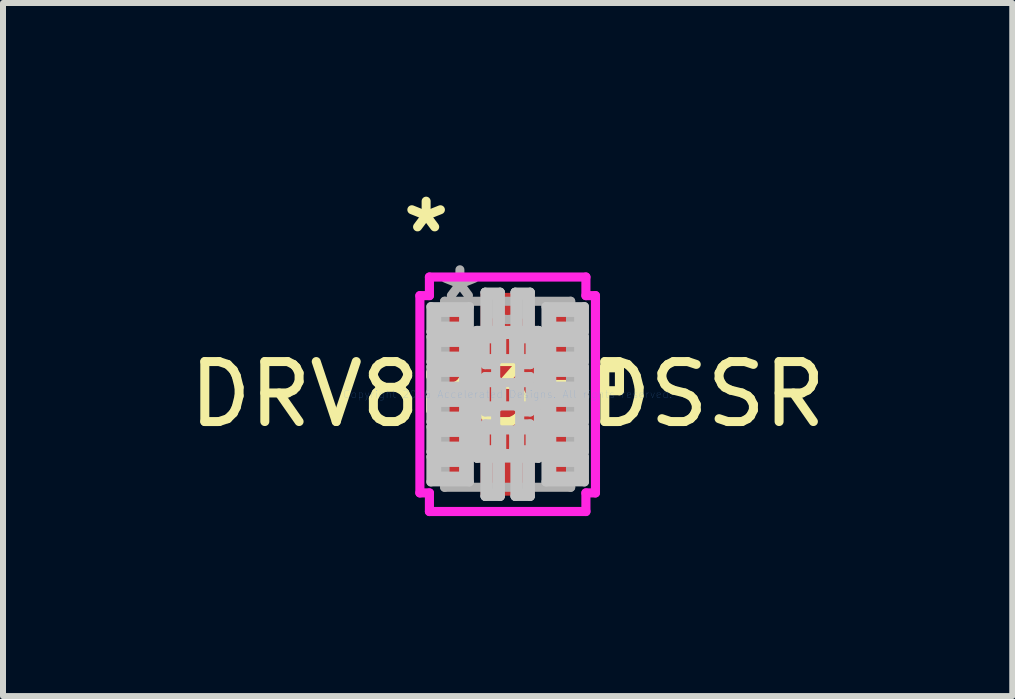
<source format=kicad_pcb>
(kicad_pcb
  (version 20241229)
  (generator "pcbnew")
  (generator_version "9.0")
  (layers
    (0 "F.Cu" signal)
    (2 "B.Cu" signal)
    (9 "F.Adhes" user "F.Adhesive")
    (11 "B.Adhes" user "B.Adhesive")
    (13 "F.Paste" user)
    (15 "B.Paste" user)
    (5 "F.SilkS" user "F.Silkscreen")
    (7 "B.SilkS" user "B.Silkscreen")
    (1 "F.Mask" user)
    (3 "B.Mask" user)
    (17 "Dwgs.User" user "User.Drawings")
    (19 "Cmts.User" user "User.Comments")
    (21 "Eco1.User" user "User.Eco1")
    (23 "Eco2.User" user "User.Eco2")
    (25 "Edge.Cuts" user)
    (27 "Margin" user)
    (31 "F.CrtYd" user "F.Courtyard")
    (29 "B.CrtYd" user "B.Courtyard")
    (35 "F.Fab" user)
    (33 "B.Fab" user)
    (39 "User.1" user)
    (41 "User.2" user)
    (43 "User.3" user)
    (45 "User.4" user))
  (footprint "DRV8835DSSR"
    (layer "F.Cu")
    (at 5.411 3.521)
    (property "Reference" "DRV8835DSSR" (at 0 0 0) (layer "F.SilkS") (effects (font (size 1 1) (thickness 0.15))))
    (attr through_hole)
    (fp_line (start 1.609 -0.441) (end 1.863 -0.441) (stroke (width 0.152) (type solid)) (layer "F.SilkS"))
    (fp_line (start 1.609 -0.059) (end 1.609 -0.441) (stroke (width 0.152) (type solid)) (layer "F.SilkS"))
    (fp_line (start 1.863 -0.441) (end 1.863 -0.059) (stroke (width 0.152) (type solid)) (layer "F.SilkS"))
    (fp_line (start 1.863 -0.059) (end 1.609 -0.059) (stroke (width 0.152) (type solid)) (layer "F.SilkS"))
    (fp_line (start -1.279 -1.46) (end -1.279 -1.04) (stroke (width 0.152) (type solid)) (layer "Dwgs.User"))
    (fp_line (start -1.279 -1.04) (end -0.639 -1.04) (stroke (width 0.152) (type solid)) (layer "Dwgs.User"))
    (fp_line (start -1.279 -0.96) (end -1.279 -0.54) (stroke (width 0.152) (type solid)) (layer "Dwgs.User"))
    (fp_line (start -1.279 -0.54) (end -0.639 -0.54) (stroke (width 0.152) (type solid)) (layer "Dwgs.User"))
    (fp_line (start -1.279 -0.46) (end -1.279 -0.04) (stroke (width 0.152) (type solid)) (layer "Dwgs.User"))
    (fp_line (start -1.279 -0.04) (end -0.639 -0.04) (stroke (width 0.152) (type solid)) (layer "Dwgs.User"))
    (fp_line (start -1.279 0.04) (end -1.279 0.46) (stroke (width 0.152) (type solid)) (layer "Dwgs.User"))
    (fp_line (start -1.279 0.46) (end -0.639 0.46) (stroke (width 0.152) (type solid)) (layer "Dwgs.User"))
    (fp_line (start -1.279 0.54) (end -1.279 0.96) (stroke (width 0.152) (type solid)) (layer "Dwgs.User"))
    (fp_line (start -1.279 0.96) (end -0.639 0.96) (stroke (width 0.152) (type solid)) (layer "Dwgs.User"))
    (fp_line (start -1.279 1.04) (end -1.279 1.46) (stroke (width 0.152) (type solid)) (layer "Dwgs.User"))
    (fp_line (start -1.279 1.46) (end -0.639 1.46) (stroke (width 0.152) (type solid)) (layer "Dwgs.User"))
    (fp_line (start -1.184 -1.365) (end -1.184 -1.135) (stroke (width 0.152) (type solid)) (layer "Dwgs.User"))
    (fp_line (start -1.184 -1.135) (end -0.734 -1.135) (stroke (width 0.152) (type solid)) (layer "Dwgs.User"))
    (fp_line (start -1.184 -0.865) (end -1.184 -0.635) (stroke (width 0.152) (type solid)) (layer "Dwgs.User"))
    (fp_line (start -1.184 -0.635) (end -0.734 -0.635) (stroke (width 0.152) (type solid)) (layer "Dwgs.User"))
    (fp_line (start -1.184 -0.365) (end -1.184 -0.135) (stroke (width 0.152) (type solid)) (layer "Dwgs.User"))
    (fp_line (start -1.184 -0.135) (end -0.734 -0.135) (stroke (width 0.152) (type solid)) (layer "Dwgs.User"))
    (fp_line (start -1.184 0.135) (end -1.184 0.365) (stroke (width 0.152) (type solid)) (layer "Dwgs.User"))
    (fp_line (start -1.184 0.365) (end -0.734 0.365) (stroke (width 0.152) (type solid)) (layer "Dwgs.User"))
    (fp_line (start -1.184 0.635) (end -1.184 0.865) (stroke (width 0.152) (type solid)) (layer "Dwgs.User"))
    (fp_line (start -1.184 0.865) (end -0.734 0.865) (stroke (width 0.152) (type solid)) (layer "Dwgs.User"))
    (fp_line (start -1.184 1.135) (end -1.184 1.365) (stroke (width 0.152) (type solid)) (layer "Dwgs.User"))
    (fp_line (start -1.184 1.365) (end -0.734 1.365) (stroke (width 0.152) (type solid)) (layer "Dwgs.User"))
    (fp_line (start -0.734 -1.365) (end -1.184 -1.365) (stroke (width 0.152) (type solid)) (layer "Dwgs.User"))
    (fp_line (start -0.734 -1.135) (end -0.734 -1.365) (stroke (width 0.152) (type solid)) (layer "Dwgs.User"))
    (fp_line (start -0.734 -0.865) (end -1.184 -0.865) (stroke (width 0.152) (type solid)) (layer "Dwgs.User"))
    (fp_line (start -0.734 -0.635) (end -0.734 -0.865) (stroke (width 0.152) (type solid)) (layer "Dwgs.User"))
    (fp_line (start -0.734 -0.365) (end -1.184 -0.365) (stroke (width 0.152) (type solid)) (layer "Dwgs.User"))
    (fp_line (start -0.734 -0.135) (end -0.734 -0.365) (stroke (width 0.152) (type solid)) (layer "Dwgs.User"))
    (fp_line (start -0.734 0.135) (end -1.184 0.135) (stroke (width 0.152) (type solid)) (layer "Dwgs.User"))
    (fp_line (start -0.734 0.365) (end -0.734 0.135) (stroke (width 0.152) (type solid)) (layer "Dwgs.User"))
    (fp_line (start -0.734 0.635) (end -1.184 0.635) (stroke (width 0.152) (type solid)) (layer "Dwgs.User"))
    (fp_line (start -0.734 0.865) (end -0.734 0.635) (stroke (width 0.152) (type solid)) (layer "Dwgs.User"))
    (fp_line (start -0.734 1.135) (end -1.184 1.135) (stroke (width 0.152) (type solid)) (layer "Dwgs.User"))
    (fp_line (start -0.734 1.365) (end -0.734 1.135) (stroke (width 0.152) (type solid)) (layer "Dwgs.User"))
    (fp_line (start -0.639 -1.46) (end -1.279 -1.46) (stroke (width 0.152) (type solid)) (layer "Dwgs.User"))
    (fp_line (start -0.639 -1.04) (end -0.639 -1.46) (stroke (width 0.152) (type solid)) (layer "Dwgs.User"))
    (fp_line (start -0.639 -0.96) (end -1.279 -0.96) (stroke (width 0.152) (type solid)) (layer "Dwgs.User"))
    (fp_line (start -0.639 -0.54) (end -0.639 -0.96) (stroke (width 0.152) (type solid)) (layer "Dwgs.User"))
    (fp_line (start -0.639 -0.46) (end -1.279 -0.46) (stroke (width 0.152) (type solid)) (layer "Dwgs.User"))
    (fp_line (start -0.639 -0.04) (end -0.639 -0.46) (stroke (width 0.152) (type solid)) (layer "Dwgs.User"))
    (fp_line (start -0.639 0.04) (end -1.279 0.04) (stroke (width 0.152) (type solid)) (layer "Dwgs.User"))
    (fp_line (start -0.639 0.46) (end -0.639 0.04) (stroke (width 0.152) (type solid)) (layer "Dwgs.User"))
    (fp_line (start -0.639 0.54) (end -1.279 0.54) (stroke (width 0.152) (type solid)) (layer "Dwgs.User"))
    (fp_line (start -0.639 0.96) (end -0.639 0.54) (stroke (width 0.152) (type solid)) (layer "Dwgs.User"))
    (fp_line (start -0.639 1.04) (end -1.279 1.04) (stroke (width 0.152) (type solid)) (layer "Dwgs.User"))
    (fp_line (start -0.639 1.46) (end -0.639 1.04) (stroke (width 0.152) (type solid)) (layer "Dwgs.User"))
    (fp_line (start -0.513 -1.063) (end -0.2 -1.063) (stroke (width 0.152) (type solid)) (layer "Dwgs.User"))
    (fp_line (start -0.513 -1.063) (end 0.513 -1.063) (stroke (width 0.152) (type solid)) (layer "Dwgs.User"))
    (fp_line (start -0.513 -0.594) (end -0.513 -1.063) (stroke (width 0.152) (type solid)) (layer "Dwgs.User"))
    (fp_line (start -0.513 -0.194) (end 0.513 -0.194) (stroke (width 0.152) (type solid)) (layer "Dwgs.User"))
    (fp_line (start -0.513 0.194) (end -0.513 -0.194) (stroke (width 0.152) (type solid)) (layer "Dwgs.User"))
    (fp_line (start -0.513 0.594) (end 0.513 0.594) (stroke (width 0.152) (type solid)) (layer "Dwgs.User"))
    (fp_line (start -0.513 1.063) (end -0.513 -1.063) (stroke (width 0.152) (type solid)) (layer "Dwgs.User"))
    (fp_line (start -0.513 1.063) (end -0.513 0.594) (stroke (width 0.152) (type solid)) (layer "Dwgs.User"))
    (fp_line (start -0.375 -0.925) (end -0.375 -0.494) (stroke (width 0.152) (type solid)) (layer "Dwgs.User"))
    (fp_line (start -0.375 -0.494) (end -0.241 -0.494) (stroke (width 0.152) (type solid)) (layer "Dwgs.User"))
    (fp_line (start -0.375 -0.294) (end -0.375 0.294) (stroke (width 0.152) (type solid)) (layer "Dwgs.User"))
    (fp_line (start -0.375 0.294) (end -0.241 0.294) (stroke (width 0.152) (type solid)) (layer "Dwgs.User"))
    (fp_line (start -0.375 0.494) (end -0.375 0.925) (stroke (width 0.152) (type solid)) (layer "Dwgs.User"))
    (fp_line (start -0.375 0.925) (end -0.1 0.925) (stroke (width 0.152) (type solid)) (layer "Dwgs.User"))
    (fp_line (start -0.375 -1.7) (end -0.375 -1) (stroke (width 0.152) (type solid)) (layer "Dwgs.User"))
    (fp_line (start -0.375 -1.7) (end -0.375 -1) (stroke (width 0.152) (type solid)) (layer "Dwgs.User"))
    (fp_line (start -0.375 -1) (end -0.125 -1) (stroke (width 0.152) (type solid)) (layer "Dwgs.User"))
    (fp_line (start -0.375 -1) (end -0.125 -1) (stroke (width 0.152) (type solid)) (layer "Dwgs.User"))
    (fp_line (start -0.375 1) (end -0.125 1) (stroke (width 0.152) (type solid)) (layer "Dwgs.User"))
    (fp_line (start -0.375 1) (end -0.125 1) (stroke (width 0.152) (type solid)) (layer "Dwgs.User"))
    (fp_line (start -0.375 1.7) (end -0.375 1) (stroke (width 0.152) (type solid)) (layer "Dwgs.User"))
    (fp_line (start -0.375 1.7) (end -0.375 1) (stroke (width 0.152) (type solid)) (layer "Dwgs.User"))
    (fp_line (start -0.324 -1.649) (end -0.324 -1.051) (stroke (width 0.152) (type solid)) (layer "Dwgs.User"))
    (fp_line (start -0.324 -1.051) (end -0.176 -1.051) (stroke (width 0.152) (type solid)) (layer "Dwgs.User"))
    (fp_line (start -0.324 1.051) (end -0.176 1.051) (stroke (width 0.152) (type solid)) (layer "Dwgs.User"))
    (fp_line (start -0.324 1.649) (end -0.324 1.051) (stroke (width 0.152) (type solid)) (layer "Dwgs.User"))
    (fp_line (start -0.241 -0.494) (end -0.241 -0.494) (stroke (width 0.152) (type solid)) (layer "Dwgs.User"))
    (fp_line (start -0.241 -0.494) (end -0.1 -0.635) (stroke (width 0.152) (type solid)) (layer "Dwgs.User"))
    (fp_line (start -0.241 -0.294) (end -0.375 -0.294) (stroke (width 0.152) (type solid)) (layer "Dwgs.User"))
    (fp_line (start -0.241 -0.294) (end -0.241 -0.294) (stroke (width 0.152) (type solid)) (layer "Dwgs.User"))
    (fp_line (start -0.241 0.294) (end -0.241 0.294) (stroke (width 0.152) (type solid)) (layer "Dwgs.User"))
    (fp_line (start -0.241 0.294) (end -0.1 0.152) (stroke (width 0.152) (type solid)) (layer "Dwgs.User"))
    (fp_line (start -0.241 0.494) (end -0.375 0.494) (stroke (width 0.152) (type solid)) (layer "Dwgs.User"))
    (fp_line (start -0.241 0.494) (end -0.241 0.494) (stroke (width 0.152) (type solid)) (layer "Dwgs.User"))
    (fp_line (start -0.2 -1.063) (end -0.2 1.063) (stroke (width 0.152) (type solid)) (layer "Dwgs.User"))
    (fp_line (start -0.2 1.063) (end -0.513 1.063) (stroke (width 0.152) (type solid)) (layer "Dwgs.User"))
    (fp_line (start -0.176 -1.649) (end -0.324 -1.649) (stroke (width 0.152) (type solid)) (layer "Dwgs.User"))
    (fp_line (start -0.176 -1.051) (end -0.176 -1.649) (stroke (width 0.152) (type solid)) (layer "Dwgs.User"))
    (fp_line (start -0.176 1.051) (end -0.176 1.649) (stroke (width 0.152) (type solid)) (layer "Dwgs.User"))
    (fp_line (start -0.176 1.649) (end -0.324 1.649) (stroke (width 0.152) (type solid)) (layer "Dwgs.User"))
    (fp_line (start -0.125 -1.7) (end -0.375 -1.7) (stroke (width 0.152) (type solid)) (layer "Dwgs.User"))
    (fp_line (start -0.125 -1.7) (end -0.375 -1.7) (stroke (width 0.152) (type solid)) (layer "Dwgs.User"))
    (fp_line (start -0.125 -1) (end -0.125 -1.7) (stroke (width 0.152) (type solid)) (layer "Dwgs.User"))
    (fp_line (start -0.125 -1) (end -0.125 -1.7) (stroke (width 0.152) (type solid)) (layer "Dwgs.User"))
    (fp_line (start -0.125 1) (end -0.125 1.7) (stroke (width 0.152) (type solid)) (layer "Dwgs.User"))
    (fp_line (start -0.125 1) (end -0.125 1.7) (stroke (width 0.152) (type solid)) (layer "Dwgs.User"))
    (fp_line (start -0.125 1.7) (end -0.375 1.7) (stroke (width 0.152) (type solid)) (layer "Dwgs.User"))
    (fp_line (start -0.125 1.7) (end -0.375 1.7) (stroke (width 0.152) (type solid)) (layer "Dwgs.User"))
    (fp_line (start -0.1 -0.925) (end -0.375 -0.925) (stroke (width 0.152) (type solid)) (layer "Dwgs.User"))
    (fp_line (start -0.1 -0.635) (end -0.1 -0.925) (stroke (width 0.152) (type solid)) (layer "Dwgs.User"))
    (fp_line (start -0.1 -0.635) (end -0.1 -0.635) (stroke (width 0.152) (type solid)) (layer "Dwgs.User"))
    (fp_line (start -0.1 -0.152) (end -0.241 -0.294) (stroke (width 0.152) (type solid)) (layer "Dwgs.User"))
    (fp_line (start -0.1 -0.152) (end -0.1 -0.152) (stroke (width 0.152) (type solid)) (layer "Dwgs.User"))
    (fp_line (start -0.1 0.152) (end -0.1 -0.152) (stroke (width 0.152) (type solid)) (layer "Dwgs.User"))
    (fp_line (start -0.1 0.152) (end -0.1 0.152) (stroke (width 0.152) (type solid)) (layer "Dwgs.User"))
    (fp_line (start -0.1 0.635) (end -0.241 0.494) (stroke (width 0.152) (type solid)) (layer "Dwgs.User"))
    (fp_line (start -0.1 0.635) (end -0.1 0.635) (stroke (width 0.152) (type solid)) (layer "Dwgs.User"))
    (fp_line (start -0.1 0.925) (end -0.1 0.635) (stroke (width 0.152) (type solid)) (layer "Dwgs.User"))
    (fp_line (start 0 -1) (end 0 -1) (stroke (width 0.152) (type solid)) (layer "Dwgs.User"))
    (fp_line (start 0 -1) (end 0 -1) (stroke (width 0.152) (type solid)) (layer "Dwgs.User"))
    (fp_line (start 0 -1) (end 0 -1) (stroke (width 0.152) (type solid)) (layer "Dwgs.User"))
    (fp_line (start 0 -1) (end 0 -1) (stroke (width 0.152) (type solid)) (layer "Dwgs.User"))
    (fp_line (start 0 -1) (end 0 -1) (stroke (width 0.152) (type solid)) (layer "Dwgs.User"))
    (fp_line (start 0 -1) (end 0 -1) (stroke (width 0.152) (type solid)) (layer "Dwgs.User"))
    (fp_line (start 0 -1) (end 0 -1) (stroke (width 0.152) (type solid)) (layer "Dwgs.User"))
    (fp_line (start 0 -1) (end 0 -1) (stroke (width 0.152) (type solid)) (layer "Dwgs.User"))
    (fp_line (start 0 -1) (end 0 -1) (stroke (width 0.152) (type solid)) (layer "Dwgs.User"))
    (fp_line (start 0 -1) (end 0 -1) (stroke (width 0.152) (type solid)) (layer "Dwgs.User"))
    (fp_line (start 0 -1) (end 0 -1) (stroke (width 0.152) (type solid)) (layer "Dwgs.User"))
    (fp_line (start 0 -1) (end 0 -1) (stroke (width 0.152) (type solid)) (layer "Dwgs.User"))
    (fp_line (start 0 -1) (end 0 -1) (stroke (width 0.152) (type solid)) (layer "Dwgs.User"))
    (fp_line (start 0 -1) (end 0 -1) (stroke (width 0.152) (type solid)) (layer "Dwgs.User"))
    (fp_line (start 0 -1) (end 0 -1) (stroke (width 0.152) (type solid)) (layer "Dwgs.User"))
    (fp_line (start 0 -1) (end 0 -1) (stroke (width 0.152) (type solid)) (layer "Dwgs.User"))
    (fp_line (start 0 -1) (end 0 -1) (stroke (width 0.152) (type solid)) (layer "Dwgs.User"))
    (fp_line (start 0 -1) (end 0 -1) (stroke (width 0.152) (type solid)) (layer "Dwgs.User"))
    (fp_line (start 0 -1) (end 0 -1) (stroke (width 0.152) (type solid)) (layer "Dwgs.User"))
    (fp_line (start 0 -1) (end 0 -1) (stroke (width 0.152) (type solid)) (layer "Dwgs.User"))
    (fp_line (start 0 -1) (end 0 -1) (stroke (width 0.152) (type solid)) (layer "Dwgs.User"))
    (fp_line (start 0 -1) (end 0 -1) (stroke (width 0.152) (type solid)) (layer "Dwgs.User"))
    (fp_line (start 0 -1) (end 0 -1) (stroke (width 0.152) (type solid)) (layer "Dwgs.User"))
    (fp_line (start 0 -1) (end 0 -1) (stroke (width 0.152) (type solid)) (layer "Dwgs.User"))
    (fp_line (start 0 1) (end 0 1) (stroke (width 0.152) (type solid)) (layer "Dwgs.User"))
    (fp_line (start 0 1) (end 0 1) (stroke (width 0.152) (type solid)) (layer "Dwgs.User"))
    (fp_line (start 0 1) (end 0 1) (stroke (width 0.152) (type solid)) (layer "Dwgs.User"))
    (fp_line (start 0 1) (end 0 1) (stroke (width 0.152) (type solid)) (layer "Dwgs.User"))
    (fp_line (start 0 1) (end 0 1) (stroke (width 0.152) (type solid)) (layer "Dwgs.User"))
    (fp_line (start 0 1) (end 0 1) (stroke (width 0.152) (type solid)) (layer "Dwgs.User"))
    (fp_line (start 0 1) (end 0 1) (stroke (width 0.152) (type solid)) (layer "Dwgs.User"))
    (fp_line (start 0 1) (end 0 1) (stroke (width 0.152) (type solid)) (layer "Dwgs.User"))
    (fp_line (start 0 1) (end 0 1) (stroke (width 0.152) (type solid)) (layer "Dwgs.User"))
    (fp_line (start 0 1) (end 0 1) (stroke (width 0.152) (type solid)) (layer "Dwgs.User"))
    (fp_line (start 0 1) (end 0 1) (stroke (width 0.152) (type solid)) (layer "Dwgs.User"))
    (fp_line (start 0 1) (end 0 1) (stroke (width 0.152) (type solid)) (layer "Dwgs.User"))
    (fp_line (start 0 1) (end 0 1) (stroke (width 0.152) (type solid)) (layer "Dwgs.User"))
    (fp_line (start 0 1) (end 0 1) (stroke (width 0.152) (type solid)) (layer "Dwgs.User"))
    (fp_line (start 0 1) (end 0 1) (stroke (width 0.152) (type solid)) (layer "Dwgs.User"))
    (fp_line (start 0 1) (end 0 1) (stroke (width 0.152) (type solid)) (layer "Dwgs.User"))
    (fp_line (start 0 1) (end 0 1) (stroke (width 0.152) (type solid)) (layer "Dwgs.User"))
    (fp_line (start 0 1) (end 0 1) (stroke (width 0.152) (type solid)) (layer "Dwgs.User"))
    (fp_line (start 0 1) (end 0 1) (stroke (width 0.152) (type solid)) (layer "Dwgs.User"))
    (fp_line (start 0 1) (end 0 1) (stroke (width 0.152) (type solid)) (layer "Dwgs.User"))
    (fp_line (start 0 1) (end 0 1) (stroke (width 0.152) (type solid)) (layer "Dwgs.User"))
    (fp_line (start 0 1) (end 0 1) (stroke (width 0.152) (type solid)) (layer "Dwgs.User"))
    (fp_line (start 0 1) (end 0 1) (stroke (width 0.152) (type solid)) (layer "Dwgs.User"))
    (fp_line (start 0 1) (end 0 1) (stroke (width 0.152) (type solid)) (layer "Dwgs.User"))
    (fp_line (start 0.1 -0.925) (end 0.1 -0.635) (stroke (width 0.152) (type solid)) (layer "Dwgs.User"))
    (fp_line (start 0.1 -0.635) (end 0.1 -0.635) (stroke (width 0.152) (type solid)) (layer "Dwgs.User"))
    (fp_line (start 0.1 -0.635) (end 0.241 -0.494) (stroke (width 0.152) (type solid)) (layer "Dwgs.User"))
    (fp_line (start 0.1 -0.152) (end 0.1 -0.152) (stroke (width 0.152) (type solid)) (layer "Dwgs.User"))
    (fp_line (start 0.1 -0.152) (end 0.1 0.152) (stroke (width 0.152) (type solid)) (layer "Dwgs.User"))
    (fp_line (start 0.1 0.152) (end 0.1 0.152) (stroke (width 0.152) (type solid)) (layer "Dwgs.User"))
    (fp_line (start 0.1 0.152) (end 0.241 0.294) (stroke (width 0.152) (type solid)) (layer "Dwgs.User"))
    (fp_line (start 0.1 0.635) (end 0.1 0.635) (stroke (width 0.152) (type solid)) (layer "Dwgs.User"))
    (fp_line (start 0.1 0.635) (end 0.1 0.925) (stroke (width 0.152) (type solid)) (layer "Dwgs.User"))
    (fp_line (start 0.1 0.925) (end 0.375 0.925) (stroke (width 0.152) (type solid)) (layer "Dwgs.User"))
    (fp_line (start 0.125 -1.7) (end 0.375 -1.7) (stroke (width 0.152) (type solid)) (layer "Dwgs.User"))
    (fp_line (start 0.125 -1.7) (end 0.375 -1.7) (stroke (width 0.152) (type solid)) (layer "Dwgs.User"))
    (fp_line (start 0.125 -1) (end 0.125 -1.7) (stroke (width 0.152) (type solid)) (layer "Dwgs.User"))
    (fp_line (start 0.125 -1) (end 0.125 -1.7) (stroke (width 0.152) (type solid)) (layer "Dwgs.User"))
    (fp_line (start 0.125 1) (end 0.125 1.7) (stroke (width 0.152) (type solid)) (layer "Dwgs.User"))
    (fp_line (start 0.125 1) (end 0.125 1.7) (stroke (width 0.152) (type solid)) (layer "Dwgs.User"))
    (fp_line (start 0.125 1.7) (end 0.375 1.7) (stroke (width 0.152) (type solid)) (layer "Dwgs.User"))
    (fp_line (start 0.125 1.7) (end 0.375 1.7) (stroke (width 0.152) (type solid)) (layer "Dwgs.User"))
    (fp_line (start 0.176 -1.649) (end 0.324 -1.649) (stroke (width 0.152) (type solid)) (layer "Dwgs.User"))
    (fp_line (start 0.176 -1.051) (end 0.176 -1.649) (stroke (width 0.152) (type solid)) (layer "Dwgs.User"))
    (fp_line (start 0.176 1.051) (end 0.176 1.649) (stroke (width 0.152) (type solid)) (layer "Dwgs.User"))
    (fp_line (start 0.176 1.649) (end 0.324 1.649) (stroke (width 0.152) (type solid)) (layer "Dwgs.User"))
    (fp_line (start 0.2 -1.063) (end 0.513 -1.063) (stroke (width 0.152) (type solid)) (layer "Dwgs.User"))
    (fp_line (start 0.2 1.063) (end 0.2 -1.063) (stroke (width 0.152) (type solid)) (layer "Dwgs.User"))
    (fp_line (start 0.241 -0.494) (end 0.241 -0.494) (stroke (width 0.152) (type solid)) (layer "Dwgs.User"))
    (fp_line (start 0.241 -0.494) (end 0.375 -0.494) (stroke (width 0.152) (type solid)) (layer "Dwgs.User"))
    (fp_line (start 0.241 -0.294) (end 0.1 -0.152) (stroke (width 0.152) (type solid)) (layer "Dwgs.User"))
    (fp_line (start 0.241 -0.294) (end 0.241 -0.294) (stroke (width 0.152) (type solid)) (layer "Dwgs.User"))
    (fp_line (start 0.241 0.294) (end 0.241 0.294) (stroke (width 0.152) (type solid)) (layer "Dwgs.User"))
    (fp_line (start 0.241 0.294) (end 0.375 0.294) (stroke (width 0.152) (type solid)) (layer "Dwgs.User"))
    (fp_line (start 0.241 0.494) (end 0.1 0.635) (stroke (width 0.152) (type solid)) (layer "Dwgs.User"))
    (fp_line (start 0.241 0.494) (end 0.241 0.494) (stroke (width 0.152) (type solid)) (layer "Dwgs.User"))
    (fp_line (start 0.324 -1.649) (end 0.324 -1.051) (stroke (width 0.152) (type solid)) (layer "Dwgs.User"))
    (fp_line (start 0.324 -1.051) (end 0.176 -1.051) (stroke (width 0.152) (type solid)) (layer "Dwgs.User"))
    (fp_line (start 0.324 1.051) (end 0.176 1.051) (stroke (width 0.152) (type solid)) (layer "Dwgs.User"))
    (fp_line (start 0.324 1.649) (end 0.324 1.051) (stroke (width 0.152) (type solid)) (layer "Dwgs.User"))
    (fp_line (start 0.375 -1.7) (end 0.375 -1) (stroke (width 0.152) (type solid)) (layer "Dwgs.User"))
    (fp_line (start 0.375 -1.7) (end 0.375 -1) (stroke (width 0.152) (type solid)) (layer "Dwgs.User"))
    (fp_line (start 0.375 -1) (end 0.125 -1) (stroke (width 0.152) (type solid)) (layer "Dwgs.User"))
    (fp_line (start 0.375 -1) (end 0.125 -1) (stroke (width 0.152) (type solid)) (layer "Dwgs.User"))
    (fp_line (start 0.375 1) (end 0.125 1) (stroke (width 0.152) (type solid)) (layer "Dwgs.User"))
    (fp_line (start 0.375 1) (end 0.125 1) (stroke (width 0.152) (type solid)) (layer "Dwgs.User"))
    (fp_line (start 0.375 1.7) (end 0.375 1) (stroke (width 0.152) (type solid)) (layer "Dwgs.User"))
    (fp_line (start 0.375 1.7) (end 0.375 1) (stroke (width 0.152) (type solid)) (layer "Dwgs.User"))
    (fp_line (start 0.375 -0.925) (end 0.1 -0.925) (stroke (width 0.152) (type solid)) (layer "Dwgs.User"))
    (fp_line (start 0.375 -0.494) (end 0.375 -0.925) (stroke (width 0.152) (type solid)) (layer "Dwgs.User"))
    (fp_line (start 0.375 -0.294) (end 0.241 -0.294) (stroke (width 0.152) (type solid)) (layer "Dwgs.User"))
    (fp_line (start 0.375 0.294) (end 0.375 -0.294) (stroke (width 0.152) (type solid)) (layer "Dwgs.User"))
    (fp_line (start 0.375 0.494) (end 0.241 0.494) (stroke (width 0.152) (type solid)) (layer "Dwgs.User"))
    (fp_line (start 0.375 0.925) (end 0.375 0.494) (stroke (width 0.152) (type solid)) (layer "Dwgs.User"))
    (fp_line (start 0.513 -1.063) (end 0.513 -0.594) (stroke (width 0.152) (type solid)) (layer "Dwgs.User"))
    (fp_line (start 0.513 -1.063) (end 0.513 1.063) (stroke (width 0.152) (type solid)) (layer "Dwgs.User"))
    (fp_line (start 0.513 -0.594) (end -0.513 -0.594) (stroke (width 0.152) (type solid)) (layer "Dwgs.User"))
    (fp_line (start 0.513 -0.194) (end 0.513 0.194) (stroke (width 0.152) (type solid)) (layer "Dwgs.User"))
    (fp_line (start 0.513 0.194) (end -0.513 0.194) (stroke (width 0.152) (type solid)) (layer "Dwgs.User"))
    (fp_line (start 0.513 0.594) (end 0.513 1.063) (stroke (width 0.152) (type solid)) (layer "Dwgs.User"))
    (fp_line (start 0.513 1.063) (end -0.513 1.063) (stroke (width 0.152) (type solid)) (layer "Dwgs.User"))
    (fp_line (start 0.513 1.063) (end 0.2 1.063) (stroke (width 0.152) (type solid)) (layer "Dwgs.User"))
    (fp_line (start 0.639 -1.46) (end 0.639 -1.04) (stroke (width 0.152) (type solid)) (layer "Dwgs.User"))
    (fp_line (start 0.639 -1.04) (end 1.279 -1.04) (stroke (width 0.152) (type solid)) (layer "Dwgs.User"))
    (fp_line (start 0.639 -0.96) (end 0.639 -0.54) (stroke (width 0.152) (type solid)) (layer "Dwgs.User"))
    (fp_line (start 0.639 -0.54) (end 1.279 -0.54) (stroke (width 0.152) (type solid)) (layer "Dwgs.User"))
    (fp_line (start 0.639 -0.46) (end 0.639 -0.04) (stroke (width 0.152) (type solid)) (layer "Dwgs.User"))
    (fp_line (start 0.639 -0.04) (end 1.279 -0.04) (stroke (width 0.152) (type solid)) (layer "Dwgs.User"))
    (fp_line (start 0.639 0.04) (end 0.639 0.46) (stroke (width 0.152) (type solid)) (layer "Dwgs.User"))
    (fp_line (start 0.639 0.46) (end 1.279 0.46) (stroke (width 0.152) (type solid)) (layer "Dwgs.User"))
    (fp_line (start 0.639 0.54) (end 0.639 0.96) (stroke (width 0.152) (type solid)) (layer "Dwgs.User"))
    (fp_line (start 0.639 0.96) (end 1.279 0.96) (stroke (width 0.152) (type solid)) (layer "Dwgs.User"))
    (fp_line (start 0.639 1.04) (end 0.639 1.46) (stroke (width 0.152) (type solid)) (layer "Dwgs.User"))
    (fp_line (start 0.639 1.46) (end 1.279 1.46) (stroke (width 0.152) (type solid)) (layer "Dwgs.User"))
    (fp_line (start 0.734 -1.365) (end 0.734 -1.135) (stroke (width 0.152) (type solid)) (layer "Dwgs.User"))
    (fp_line (start 0.734 -1.135) (end 1.184 -1.135) (stroke (width 0.152) (type solid)) (layer "Dwgs.User"))
    (fp_line (start 0.734 -0.865) (end 0.734 -0.635) (stroke (width 0.152) (type solid)) (layer "Dwgs.User"))
    (fp_line (start 0.734 -0.635) (end 1.184 -0.635) (stroke (width 0.152) (type solid)) (layer "Dwgs.User"))
    (fp_line (start 0.734 -0.365) (end 0.734 -0.135) (stroke (width 0.152) (type solid)) (layer "Dwgs.User"))
    (fp_line (start 0.734 -0.135) (end 1.184 -0.135) (stroke (width 0.152) (type solid)) (layer "Dwgs.User"))
    (fp_line (start 0.734 0.135) (end 0.734 0.365) (stroke (width 0.152) (type solid)) (layer "Dwgs.User"))
    (fp_line (start 0.734 0.365) (end 1.184 0.365) (stroke (width 0.152) (type solid)) (layer "Dwgs.User"))
    (fp_line (start 0.734 0.635) (end 0.734 0.865) (stroke (width 0.152) (type solid)) (layer "Dwgs.User"))
    (fp_line (start 0.734 0.865) (end 1.184 0.865) (stroke (width 0.152) (type solid)) (layer "Dwgs.User"))
    (fp_line (start 0.734 1.135) (end 0.734 1.365) (stroke (width 0.152) (type solid)) (layer "Dwgs.User"))
    (fp_line (start 0.734 1.365) (end 1.184 1.365) (stroke (width 0.152) (type solid)) (layer "Dwgs.User"))
    (fp_line (start 1.184 -1.365) (end 0.734 -1.365) (stroke (width 0.152) (type solid)) (layer "Dwgs.User"))
    (fp_line (start 1.184 -1.135) (end 1.184 -1.365) (stroke (width 0.152) (type solid)) (layer "Dwgs.User"))
    (fp_line (start 1.184 -0.865) (end 0.734 -0.865) (stroke (width 0.152) (type solid)) (layer "Dwgs.User"))
    (fp_line (start 1.184 -0.635) (end 1.184 -0.865) (stroke (width 0.152) (type solid)) (layer "Dwgs.User"))
    (fp_line (start 1.184 -0.365) (end 0.734 -0.365) (stroke (width 0.152) (type solid)) (layer "Dwgs.User"))
    (fp_line (start 1.184 -0.135) (end 1.184 -0.365) (stroke (width 0.152) (type solid)) (layer "Dwgs.User"))
    (fp_line (start 1.184 0.135) (end 0.734 0.135) (stroke (width 0.152) (type solid)) (layer "Dwgs.User"))
    (fp_line (start 1.184 0.365) (end 1.184 0.135) (stroke (width 0.152) (type solid)) (layer "Dwgs.User"))
    (fp_line (start 1.184 0.635) (end 0.734 0.635) (stroke (width 0.152) (type solid)) (layer "Dwgs.User"))
    (fp_line (start 1.184 0.865) (end 1.184 0.635) (stroke (width 0.152) (type solid)) (layer "Dwgs.User"))
    (fp_line (start 1.184 1.135) (end 0.734 1.135) (stroke (width 0.152) (type solid)) (layer "Dwgs.User"))
    (fp_line (start 1.184 1.365) (end 1.184 1.135) (stroke (width 0.152) (type solid)) (layer "Dwgs.User"))
    (fp_line (start 1.279 -1.46) (end 0.639 -1.46) (stroke (width 0.152) (type solid)) (layer "Dwgs.User"))
    (fp_line (start 1.279 -1.04) (end 1.279 -1.46) (stroke (width 0.152) (type solid)) (layer "Dwgs.User"))
    (fp_line (start 1.279 -0.96) (end 0.639 -0.96) (stroke (width 0.152) (type solid)) (layer "Dwgs.User"))
    (fp_line (start 1.279 -0.54) (end 1.279 -0.96) (stroke (width 0.152) (type solid)) (layer "Dwgs.User"))
    (fp_line (start 1.279 -0.46) (end 0.639 -0.46) (stroke (width 0.152) (type solid)) (layer "Dwgs.User"))
    (fp_line (start 1.279 -0.04) (end 1.279 -0.46) (stroke (width 0.152) (type solid)) (layer "Dwgs.User"))
    (fp_line (start 1.279 0.04) (end 0.639 0.04) (stroke (width 0.152) (type solid)) (layer "Dwgs.User"))
    (fp_line (start 1.279 0.46) (end 1.279 0.04) (stroke (width 0.152) (type solid)) (layer "Dwgs.User"))
    (fp_line (start 1.279 0.54) (end 0.639 0.54) (stroke (width 0.152) (type solid)) (layer "Dwgs.User"))
    (fp_line (start 1.279 0.96) (end 1.279 0.54) (stroke (width 0.152) (type solid)) (layer "Dwgs.User"))
    (fp_line (start 1.279 1.04) (end 0.639 1.04) (stroke (width 0.152) (type solid)) (layer "Dwgs.User"))
    (fp_line (start 1.279 1.46) (end 1.279 1.04) (stroke (width 0.152) (type solid)) (layer "Dwgs.User"))
    (fp_circle (center 0 -0.394) (end 0.191 -0.394) (stroke (width 0.152) (type solid)) (fill no) (layer "Eco1.User"))
    (fp_circle (center 0 0.394) (end 0.191 0.394) (stroke (width 0.152) (type solid)) (fill no) (layer "Eco1.User"))
    (fp_line (start -1.463 -1.644) (end -1.304 -1.644) (stroke (width 0.152) (type solid)) (layer "F.CrtYd"))
    (fp_line (start -1.463 1.644) (end -1.463 -1.644) (stroke (width 0.152) (type solid)) (layer "F.CrtYd"))
    (fp_line (start -1.304 -1.954) (end 1.304 -1.954) (stroke (width 0.152) (type solid)) (layer "F.CrtYd"))
    (fp_line (start -1.304 -1.644) (end -1.304 -1.954) (stroke (width 0.152) (type solid)) (layer "F.CrtYd"))
    (fp_line (start -1.304 1.644) (end -1.463 1.644) (stroke (width 0.152) (type solid)) (layer "F.CrtYd"))
    (fp_line (start -1.304 1.954) (end -1.304 1.644) (stroke (width 0.152) (type solid)) (layer "F.CrtYd"))
    (fp_line (start 1.304 -1.954) (end 1.304 -1.644) (stroke (width 0.152) (type solid)) (layer "F.CrtYd"))
    (fp_line (start 1.304 -1.644) (end 1.463 -1.644) (stroke (width 0.152) (type solid)) (layer "F.CrtYd"))
    (fp_line (start 1.304 1.644) (end 1.304 1.954) (stroke (width 0.152) (type solid)) (layer "F.CrtYd"))
    (fp_line (start 1.304 1.954) (end -1.304 1.954) (stroke (width 0.152) (type solid)) (layer "F.CrtYd"))
    (fp_line (start 1.463 -1.644) (end 1.463 1.644) (stroke (width 0.152) (type solid)) (layer "F.CrtYd"))
    (fp_line (start 1.463 1.644) (end 1.304 1.644) (stroke (width 0.152) (type solid)) (layer "F.CrtYd"))
    (fp_line (start -1.05 -1.55) (end -1.05 1.55) (stroke (width 0.152) (type solid)) (layer "F.Fab"))
    (fp_line (start -1.05 -1.4) (end -1.05 -1.4) (stroke (width 0.152) (type solid)) (layer "F.Fab"))
    (fp_line (start -1.05 -1.4) (end -1.05 -1.1) (stroke (width 0.152) (type solid)) (layer "F.Fab"))
    (fp_line (start -1.05 -1.1) (end -1.05 -1.4) (stroke (width 0.152) (type solid)) (layer "F.Fab"))
    (fp_line (start -1.05 -1.1) (end -1.05 -1.1) (stroke (width 0.152) (type solid)) (layer "F.Fab"))
    (fp_line (start -1.05 -0.9) (end -1.05 -0.9) (stroke (width 0.152) (type solid)) (layer "F.Fab"))
    (fp_line (start -1.05 -0.9) (end -1.05 -0.6) (stroke (width 0.152) (type solid)) (layer "F.Fab"))
    (fp_line (start -1.05 -0.6) (end -1.05 -0.9) (stroke (width 0.152) (type solid)) (layer "F.Fab"))
    (fp_line (start -1.05 -0.6) (end -1.05 -0.6) (stroke (width 0.152) (type solid)) (layer "F.Fab"))
    (fp_line (start -1.05 -0.4) (end -1.05 -0.4) (stroke (width 0.152) (type solid)) (layer "F.Fab"))
    (fp_line (start -1.05 -0.4) (end -1.05 -0.1) (stroke (width 0.152) (type solid)) (layer "F.Fab"))
    (fp_line (start -1.05 -0.1) (end -1.05 -0.4) (stroke (width 0.152) (type solid)) (layer "F.Fab"))
    (fp_line (start -1.05 -0.1) (end -1.05 -0.1) (stroke (width 0.152) (type solid)) (layer "F.Fab"))
    (fp_line (start -1.05 0.1) (end -1.05 0.1) (stroke (width 0.152) (type solid)) (layer "F.Fab"))
    (fp_line (start -1.05 0.1) (end -1.05 0.4) (stroke (width 0.152) (type solid)) (layer "F.Fab"))
    (fp_line (start -1.05 0.4) (end -1.05 0.1) (stroke (width 0.152) (type solid)) (layer "F.Fab"))
    (fp_line (start -1.05 0.4) (end -1.05 0.4) (stroke (width 0.152) (type solid)) (layer "F.Fab"))
    (fp_line (start -1.05 0.6) (end -1.05 0.6) (stroke (width 0.152) (type solid)) (layer "F.Fab"))
    (fp_line (start -1.05 0.6) (end -1.05 0.9) (stroke (width 0.152) (type solid)) (layer "F.Fab"))
    (fp_line (start -1.05 0.9) (end -1.05 0.6) (stroke (width 0.152) (type solid)) (layer "F.Fab"))
    (fp_line (start -1.05 0.9) (end -1.05 0.9) (stroke (width 0.152) (type solid)) (layer "F.Fab"))
    (fp_line (start -1.05 1.1) (end -1.05 1.1) (stroke (width 0.152) (type solid)) (layer "F.Fab"))
    (fp_line (start -1.05 1.1) (end -1.05 1.4) (stroke (width 0.152) (type solid)) (layer "F.Fab"))
    (fp_line (start -1.05 1.4) (end -1.05 1.1) (stroke (width 0.152) (type solid)) (layer "F.Fab"))
    (fp_line (start -1.05 1.4) (end -1.05 1.4) (stroke (width 0.152) (type solid)) (layer "F.Fab"))
    (fp_line (start -1.05 1.55) (end 1.05 1.55) (stroke (width 0.152) (type solid)) (layer "F.Fab"))
    (fp_line (start 1.05 -1.55) (end -1.05 -1.55) (stroke (width 0.152) (type solid)) (layer "F.Fab"))
    (fp_line (start 1.05 -1.4) (end 1.05 -1.4) (stroke (width 0.152) (type solid)) (layer "F.Fab"))
    (fp_line (start 1.05 -1.4) (end 1.05 -1.1) (stroke (width 0.152) (type solid)) (layer "F.Fab"))
    (fp_line (start 1.05 -1.1) (end 1.05 -1.4) (stroke (width 0.152) (type solid)) (layer "F.Fab"))
    (fp_line (start 1.05 -1.1) (end 1.05 -1.1) (stroke (width 0.152) (type solid)) (layer "F.Fab"))
    (fp_line (start 1.05 -0.9) (end 1.05 -0.9) (stroke (width 0.152) (type solid)) (layer "F.Fab"))
    (fp_line (start 1.05 -0.9) (end 1.05 -0.6) (stroke (width 0.152) (type solid)) (layer "F.Fab"))
    (fp_line (start 1.05 -0.6) (end 1.05 -0.9) (stroke (width 0.152) (type solid)) (layer "F.Fab"))
    (fp_line (start 1.05 -0.6) (end 1.05 -0.6) (stroke (width 0.152) (type solid)) (layer "F.Fab"))
    (fp_line (start 1.05 -0.4) (end 1.05 -0.4) (stroke (width 0.152) (type solid)) (layer "F.Fab"))
    (fp_line (start 1.05 -0.4) (end 1.05 -0.1) (stroke (width 0.152) (type solid)) (layer "F.Fab"))
    (fp_line (start 1.05 -0.1) (end 1.05 -0.4) (stroke (width 0.152) (type solid)) (layer "F.Fab"))
    (fp_line (start 1.05 -0.1) (end 1.05 -0.1) (stroke (width 0.152) (type solid)) (layer "F.Fab"))
    (fp_line (start 1.05 0.1) (end 1.05 0.1) (stroke (width 0.152) (type solid)) (layer "F.Fab"))
    (fp_line (start 1.05 0.1) (end 1.05 0.4) (stroke (width 0.152) (type solid)) (layer "F.Fab"))
    (fp_line (start 1.05 0.4) (end 1.05 0.1) (stroke (width 0.152) (type solid)) (layer "F.Fab"))
    (fp_line (start 1.05 0.4) (end 1.05 0.4) (stroke (width 0.152) (type solid)) (layer "F.Fab"))
    (fp_line (start 1.05 0.6) (end 1.05 0.6) (stroke (width 0.152) (type solid)) (layer "F.Fab"))
    (fp_line (start 1.05 0.6) (end 1.05 0.9) (stroke (width 0.152) (type solid)) (layer "F.Fab"))
    (fp_line (start 1.05 0.9) (end 1.05 0.6) (stroke (width 0.152) (type solid)) (layer "F.Fab"))
    (fp_line (start 1.05 0.9) (end 1.05 0.9) (stroke (width 0.152) (type solid)) (layer "F.Fab"))
    (fp_line (start 1.05 1.1) (end 1.05 1.1) (stroke (width 0.152) (type solid)) (layer "F.Fab"))
    (fp_line (start 1.05 1.1) (end 1.05 1.4) (stroke (width 0.152) (type solid)) (layer "F.Fab"))
    (fp_line (start 1.05 1.4) (end 1.05 1.1) (stroke (width 0.152) (type solid)) (layer "F.Fab"))
    (fp_line (start 1.05 1.4) (end 1.05 1.4) (stroke (width 0.152) (type solid)) (layer "F.Fab"))
    (fp_line (start 1.05 1.55) (end 1.05 -1.55) (stroke (width 0.152) (type solid)) (layer "F.Fab"))
    (fp_arc (start 0.3048 -1.549999) (mid 0 -1.245199) (end -0.3048 -1.549999) (stroke (width 0.1524) (type solid)) (layer "F.Fab"))
    (fp_text user "*" (at -1.359 -2.673 0) (layer "F.SilkS") (effects (font (size 1 1) (thickness 0.15))))
    (fp_text user "Copyright 2016 Accelerated Designs. All rights reserved." (at 0 0 0) (layer "Cmts.User") (effects (font (size 0.127 0.127) (thickness 0.002))))
    (fp_text user "*" (at -0.796 -1.53 0) (layer "F.Fab") (effects (font (size 1 1) (thickness 0.15))))
    (pad "1" smd rect (at -0.959 -1.25) (size 0.5 0.28) (layers "F.Cu" "F.Mask" "F.Paste"))
    (pad "2" smd rect (at -0.959 -0.75) (size 0.5 0.28) (layers "F.Cu" "F.Mask" "F.Paste"))
    (pad "3" smd rect (at -0.959 -0.25) (size 0.5 0.28) (layers "F.Cu" "F.Mask" "F.Paste"))
    (pad "4" smd rect (at -0.959 0.25) (size 0.5 0.28) (layers "F.Cu" "F.Mask" "F.Paste"))
    (pad "5" smd rect (at -0.959 0.75) (size 0.5 0.28) (layers "F.Cu" "F.Mask" "F.Paste"))
    (pad "6" smd rect (at -0.959 1.25) (size 0.5 0.28) (layers "F.Cu" "F.Mask" "F.Paste"))
    (pad "7" smd rect (at 0.959 1.25) (size 0.5 0.28) (layers "F.Cu" "F.Mask" "F.Paste"))
    (pad "8" smd rect (at 0.959 0.75) (size 0.5 0.28) (layers "F.Cu" "F.Mask" "F.Paste"))
    (pad "9" smd rect (at 0.959 0.25) (size 0.5 0.28) (layers "F.Cu" "F.Mask" "F.Paste"))
    (pad "10" smd rect (at 0.959 -0.25) (size 0.5 0.28) (layers "F.Cu" "F.Mask" "F.Paste"))
    (pad "11" smd rect (at 0.959 -0.75) (size 0.5 0.28) (layers "F.Cu" "F.Mask" "F.Paste"))
    (pad "12" smd rect (at 0.959 -1.25) (size 0.5 0.28) (layers "F.Cu" "F.Mask" "F.Paste"))
    (pad "13" smd rect (at 0 0) (size 0.9 2) (layers "F.Cu" "F.Mask" "F.Paste"))
    (pad "14" smd rect (at 0 -1.34) (size 0.9 0.7) (layers "F.Cu" "F.Mask" "F.Paste"))
    (pad "14" smd rect (at 0 1.34) (size 0.9 0.7) (layers "F.Cu" "F.Mask" "F.Paste")))
  (gr_rect
    (start -3 -3)
    (end 13.821 8.551)
    (stroke (width 0.1) (type default))
    (fill no)
    (layer "Edge.Cuts")))
</source>
